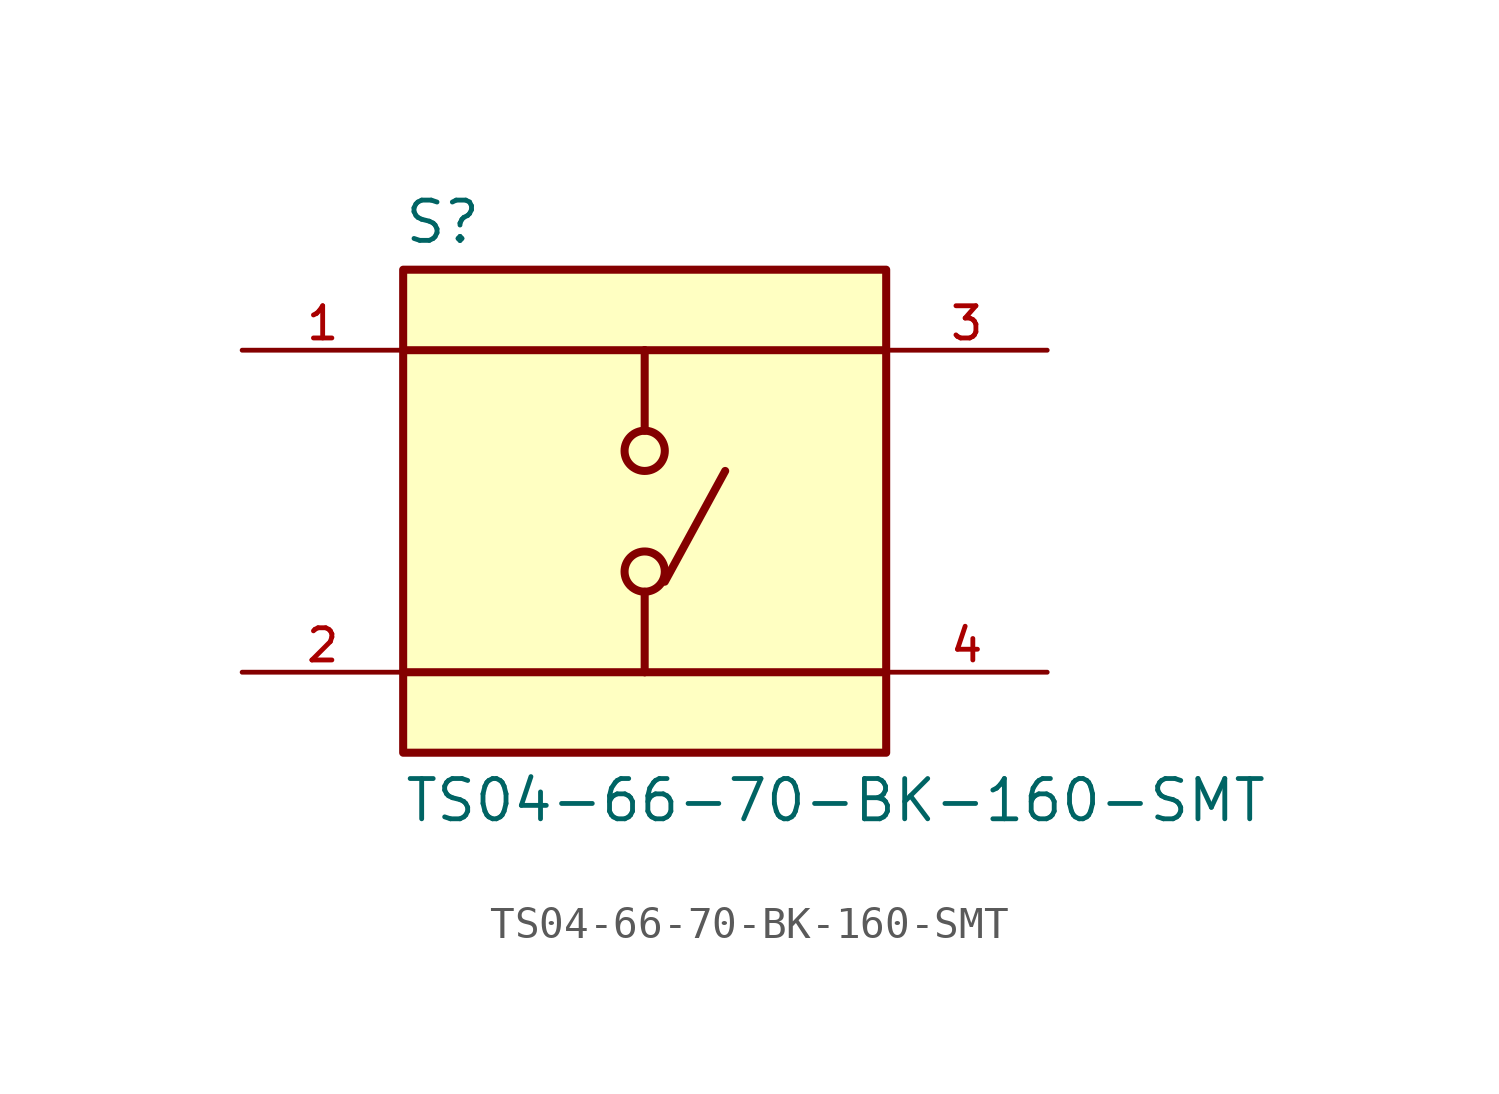
<source format=kicad_sym>
(kicad_symbol_lib
  (version 20211014)
  (generator kicad_symbol_editor)
  (symbol "TS04-66-70-BK-160-SMT"
    (pin_names
      (offset 1.016))
    (property "Reference" "S"
      (at -7.62 8.382 0)
      (effects (font (size 1.27 1.27)) (justify bottom left)))
    (property "Value" "TS04-66-70-BK-160-SMT"
      (at -7.62 -8.382 0)
      (effects (font (size 1.27 1.27)) (justify top left)))
    (symbol "TS04-66-70-BK-160-SMT_0_0"
      (polyline (pts (xy 0.0 5.08) (xy 0.0 2.54)) (stroke (width 0.254)))
      (polyline (pts (xy 0.0 -2.54) (xy 0.0 -5.08)) (stroke (width 0.254)))
      (polyline (pts (xy 0.0 5.08) (xy -7.62 5.08)) (stroke (width 0.254)))
      (polyline (pts (xy 0.0 5.08) (xy 7.62 5.08)) (stroke (width 0.254)))
      (polyline (pts (xy 0.0 -5.08) (xy -7.62 -5.08)) (stroke (width 0.254)))
      (polyline (pts (xy 0.0 -5.08) (xy 7.62 -5.08)) (stroke (width 0.254)))
      (circle (center 0.0 -1.905) (radius 0.635) (stroke (width 0.254)) (fill (type none)))
      (circle (center 0.0 1.905) (radius 0.635) (stroke (width 0.254)) (fill (type none)))
      (polyline (pts (xy 0.635 -2.223) (xy 2.54 1.27)) (stroke (width 0.254)))
      (rectangle (start -7.62 -7.62) (end 7.62 7.62) (stroke (width 0.254)) (fill (type background)))
      (pin passive line (at -12.7 5.08 0) (length 5.08) (name "~" (effects (font (size 1.016 1.016)))) (number "1" (effects (font (size 1.016 1.016)))))
      (pin passive line (at -12.7 -5.08 0) (length 5.08) (name "~" (effects (font (size 1.016 1.016)))) (number "2" (effects (font (size 1.016 1.016)))))
      (pin passive line (at 12.7 5.08 180.0) (length 5.08) (name "~" (effects (font (size 1.016 1.016)))) (number "3" (effects (font (size 1.016 1.016)))))
      (pin passive line (at 12.7 -5.08 180.0) (length 5.08) (name "~" (effects (font (size 1.016 1.016)))) (number "4" (effects (font (size 1.016 1.016))))))))
</source>
